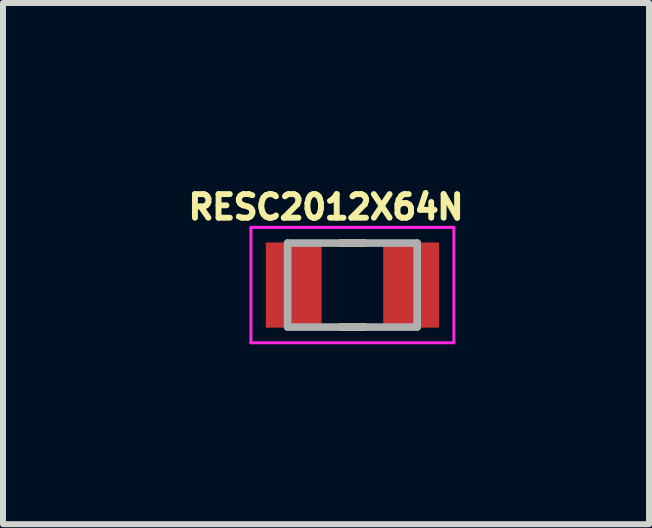
<source format=kicad_pcb>
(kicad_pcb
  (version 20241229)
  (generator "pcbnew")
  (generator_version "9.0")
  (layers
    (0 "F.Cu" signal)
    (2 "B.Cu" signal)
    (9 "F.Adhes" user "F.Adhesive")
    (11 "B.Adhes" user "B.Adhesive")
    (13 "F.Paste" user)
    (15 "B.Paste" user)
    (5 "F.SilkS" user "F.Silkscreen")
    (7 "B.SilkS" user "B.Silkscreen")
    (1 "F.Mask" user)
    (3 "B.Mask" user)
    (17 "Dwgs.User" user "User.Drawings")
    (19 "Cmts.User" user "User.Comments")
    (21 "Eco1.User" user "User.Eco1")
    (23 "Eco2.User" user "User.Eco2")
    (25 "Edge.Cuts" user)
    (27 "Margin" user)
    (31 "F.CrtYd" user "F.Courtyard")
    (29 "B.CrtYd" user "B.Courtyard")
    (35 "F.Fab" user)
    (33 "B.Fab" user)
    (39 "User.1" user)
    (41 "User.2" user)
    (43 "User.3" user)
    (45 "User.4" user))
  (footprint "RESC2012X64N"
    (layer "F.Cu")
    (at 2.826 1.703)
    (property "Reference" "RESC2012X64N" (at -0.44 -1.3 0) (layer "F.SilkS") (effects (font (size 0.394 0.394) (thickness 0.15))))
    (attr smd)
    (fp_line (start -0.2 -0.7) (end 0.2 -0.7) (stroke (width 0.127) (type solid)) (layer "F.SilkS"))
    (fp_line (start -0.2 0.7) (end 0.2 0.7) (stroke (width 0.127) (type solid)) (layer "F.SilkS"))
    (fp_line (start -1.692 -0.962) (end 1.692 -0.962) (stroke (width 0.05) (type solid)) (layer "F.CrtYd"))
    (fp_line (start -1.692 0.962) (end -1.692 -0.962) (stroke (width 0.05) (type solid)) (layer "F.CrtYd"))
    (fp_line (start -1.692 0.962) (end 1.692 0.962) (stroke (width 0.05) (type solid)) (layer "F.CrtYd"))
    (fp_line (start 1.692 0.962) (end 1.692 -0.962) (stroke (width 0.05) (type solid)) (layer "F.CrtYd"))
    (fp_line (start -1.08 0.7) (end -1.08 -0.7) (stroke (width 0.127) (type solid)) (layer "F.Fab"))
    (fp_line (start 1.08 -0.7) (end -1.08 -0.7) (stroke (width 0.127) (type solid)) (layer "F.Fab"))
    (fp_line (start 1.08 0.7) (end -1.08 0.7) (stroke (width 0.127) (type solid)) (layer "F.Fab"))
    (fp_line (start 1.08 0.7) (end 1.08 -0.7) (stroke (width 0.127) (type solid)) (layer "F.Fab"))
    (pad "1" smd rect (at -0.979 0) (size 0.93 1.42) (layers "F.Cu" "F.Mask" "F.Paste"))
    (pad "2" smd rect (at 0.979 0) (size 0.93 1.42) (layers "F.Cu" "F.Mask" "F.Paste")))
  (gr_rect
    (start -3 -3)
    (end 7.772 5.69)
    (stroke (width 0.1) (type default))
    (fill no)
    (layer "Edge.Cuts")))
</source>
